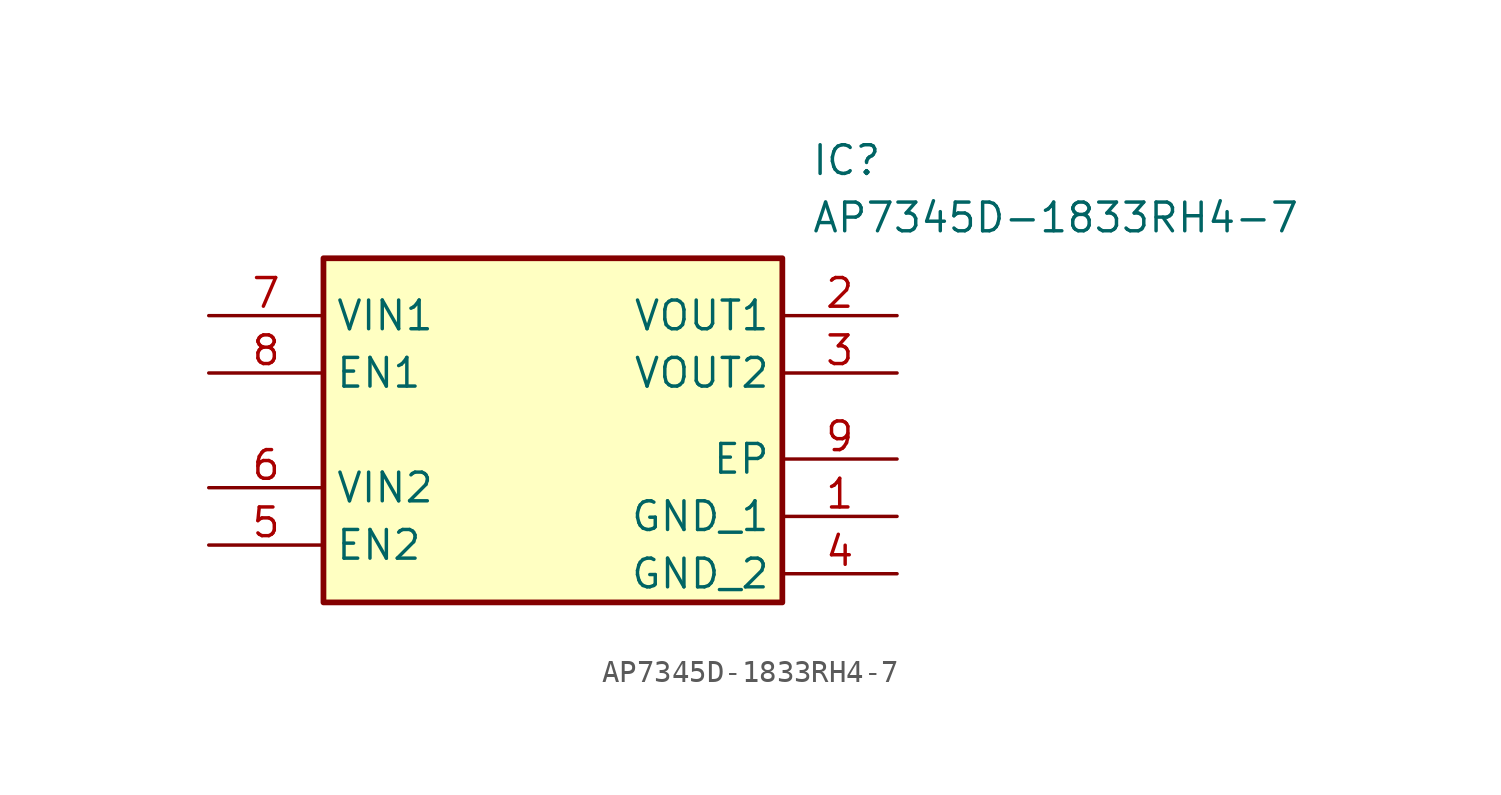
<source format=kicad_sym>
(kicad_symbol_lib
  (version 20241209)
  (generator "kicad_symbol_editor")
  (generator_version "9.0")
  (symbol "AP7345D-1833RH4-7"
    (property "Reference" "IC"
      (at 26.67 7.62 0)
      (effects (font (size 1.27 1.27)) (justify left top)))
    (property "Value" "AP7345D-1833RH4-7"
      (at 26.67 5.08 0)
      (effects (font (size 1.27 1.27)) (justify left top)))
    (symbol "AP7345D-1833RH4-7_1_1"
      (rectangle (start 5.08 2.54) (end 25.4 -12.7) (stroke (width 0.254) (type default)) (fill (type background)))
      (pin passive line (at 0 0 0) (length 5.08) (name "VIN1" (effects (font (size 1.27 1.27)))) (number "7" (effects (font (size 1.27 1.27)))))
      (pin passive line (at 0 -2.54 0) (length 5.08) (name "EN1" (effects (font (size 1.27 1.27)))) (number "8" (effects (font (size 1.27 1.27)))))
      (pin passive line (at 0 -7.62 0) (length 5.08) (name "VIN2" (effects (font (size 1.27 1.27)))) (number "6" (effects (font (size 1.27 1.27)))))
      (pin passive line (at 0 -10.16 0) (length 5.08) (name "EN2" (effects (font (size 1.27 1.27)))) (number "5" (effects (font (size 1.27 1.27)))))
      (pin passive line (at 30.48 0 180) (length 5.08) (name "VOUT1" (effects (font (size 1.27 1.27)))) (number "2" (effects (font (size 1.27 1.27)))))
      (pin passive line (at 30.48 -2.54 180) (length 5.08) (name "VOUT2" (effects (font (size 1.27 1.27)))) (number "3" (effects (font (size 1.27 1.27)))))
      (pin passive line (at 30.48 -6.35 180) (length 5.08) (name "EP" (effects (font (size 1.27 1.27)))) (number "9" (effects (font (size 1.27 1.27)))))
      (pin passive line (at 30.48 -8.89 180) (length 5.08) (name "GND_1" (effects (font (size 1.27 1.27)))) (number "1" (effects (font (size 1.27 1.27)))))
      (pin passive line (at 30.48 -11.43 180) (length 5.08) (name "GND_2" (effects (font (size 1.27 1.27)))) (number "4" (effects (font (size 1.27 1.27))))))))
</source>
